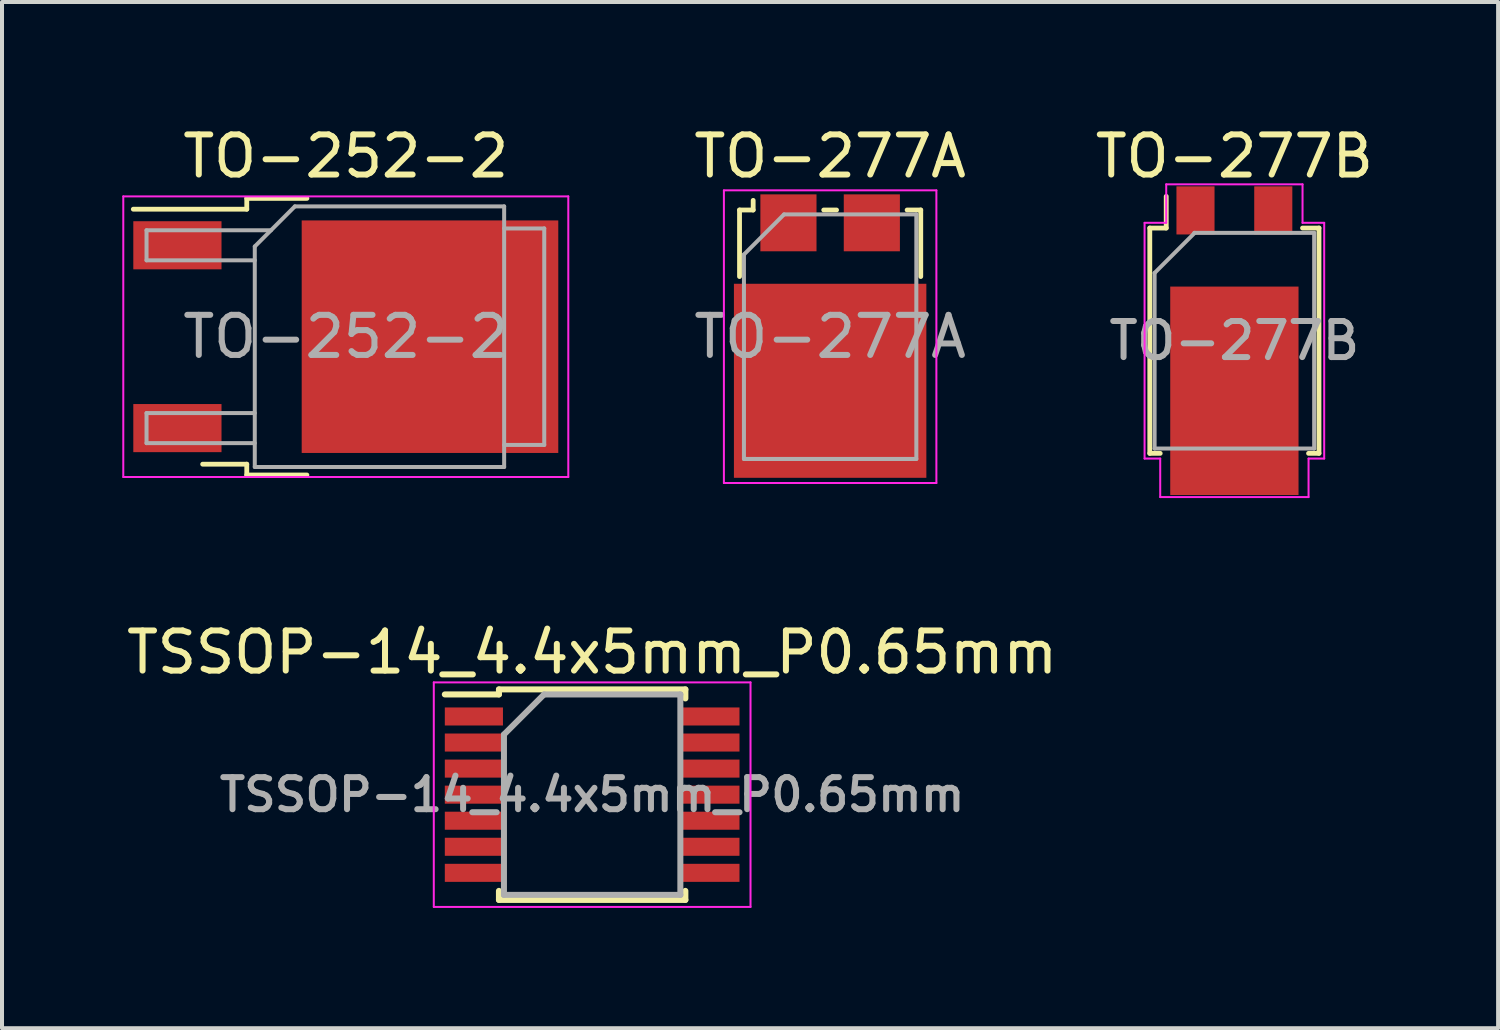
<source format=kicad_pcb>
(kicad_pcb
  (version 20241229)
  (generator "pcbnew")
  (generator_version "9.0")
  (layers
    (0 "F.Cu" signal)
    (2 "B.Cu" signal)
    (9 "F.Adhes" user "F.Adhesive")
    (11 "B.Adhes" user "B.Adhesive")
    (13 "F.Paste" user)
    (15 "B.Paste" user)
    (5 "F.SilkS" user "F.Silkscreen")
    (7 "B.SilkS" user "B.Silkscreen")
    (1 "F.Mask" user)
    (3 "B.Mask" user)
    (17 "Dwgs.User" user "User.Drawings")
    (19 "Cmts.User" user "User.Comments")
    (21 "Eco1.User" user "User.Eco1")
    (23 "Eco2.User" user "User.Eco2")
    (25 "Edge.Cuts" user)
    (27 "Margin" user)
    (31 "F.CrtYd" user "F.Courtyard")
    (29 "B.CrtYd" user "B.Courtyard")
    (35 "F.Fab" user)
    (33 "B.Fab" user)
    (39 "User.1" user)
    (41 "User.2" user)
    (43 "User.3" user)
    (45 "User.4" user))
  (footprint "TO-277B"
    (layer "F.Cu")
    (at 27.739 5.448)
    (property "Reference" "TO-277B" (at 0 -4.6 180) (layer "F.SilkS") (effects (font (size 1 1) (thickness 0.15))))
    (attr smd)
    (fp_line (start -2.11 -2.81) (end -2.11 2.81) (stroke (width 0.12) (type solid)) (layer "F.SilkS"))
    (fp_line (start -1.85 2.81) (end -2.11 2.81) (stroke (width 0.12) (type solid)) (layer "F.SilkS"))
    (fp_line (start -1.7 -2.81) (end -2.11 -2.81) (stroke (width 0.12) (type solid)) (layer "F.SilkS"))
    (fp_line (start -1.7 -2.81) (end -1.7 -3.6) (stroke (width 0.12) (type solid)) (layer "F.SilkS"))
    (fp_line (start 2.11 -2.81) (end 1.7 -2.81) (stroke (width 0.12) (type solid)) (layer "F.SilkS"))
    (fp_line (start 2.11 2.81) (end 1.85 2.81) (stroke (width 0.12) (type solid)) (layer "F.SilkS"))
    (fp_line (start 2.11 2.81) (end 2.11 -2.81) (stroke (width 0.12) (type solid)) (layer "F.SilkS"))
    (fp_line (start -2.24 -2.94) (end -2.24 2.94) (stroke (width 0.05) (type solid)) (layer "F.CrtYd"))
    (fp_line (start -2.24 -2.94) (end -1.7 -2.94) (stroke (width 0.05) (type solid)) (layer "F.CrtYd"))
    (fp_line (start -2.24 2.94) (end -1.85 2.94) (stroke (width 0.05) (type solid)) (layer "F.CrtYd"))
    (fp_line (start -1.85 3.9) (end -1.85 2.94) (stroke (width 0.05) (type solid)) (layer "F.CrtYd"))
    (fp_line (start -1.7 -3.9) (end 1.7 -3.9) (stroke (width 0.05) (type solid)) (layer "F.CrtYd"))
    (fp_line (start -1.7 -2.94) (end -1.7 -3.9) (stroke (width 0.05) (type solid)) (layer "F.CrtYd"))
    (fp_line (start 1.7 -2.94) (end 1.7 -3.9) (stroke (width 0.05) (type solid)) (layer "F.CrtYd"))
    (fp_line (start 1.7 -2.94) (end 2.24 -2.94) (stroke (width 0.05) (type solid)) (layer "F.CrtYd"))
    (fp_line (start 1.85 2.94) (end 2.24 2.94) (stroke (width 0.05) (type solid)) (layer "F.CrtYd"))
    (fp_line (start 1.85 3.9) (end -1.85 3.9) (stroke (width 0.05) (type solid)) (layer "F.CrtYd"))
    (fp_line (start 1.85 3.9) (end 1.85 2.94) (stroke (width 0.05) (type solid)) (layer "F.CrtYd"))
    (fp_line (start 2.24 2.94) (end 2.24 -2.94) (stroke (width 0.05) (type solid)) (layer "F.CrtYd"))
    (fp_line (start -1.99 -1.69) (end -1.99 2.69) (stroke (width 0.1) (type solid)) (layer "F.Fab"))
    (fp_line (start -1.99 -1.69) (end -0.99 -2.69) (stroke (width 0.1) (type solid)) (layer "F.Fab"))
    (fp_line (start -1.99 2.69) (end 1.99 2.69) (stroke (width 0.1) (type solid)) (layer "F.Fab"))
    (fp_line (start 1.99 -2.69) (end -1 -2.69) (stroke (width 0.1) (type solid)) (layer "F.Fab"))
    (fp_line (start 1.99 2.69) (end 1.99 -2.69) (stroke (width 0.1) (type solid)) (layer "F.Fab"))
    (fp_text user "${REFERENCE}" (at 0 0 0) (layer "F.Fab") (effects (font (size 0.9 0.9) (thickness 0.15))))
    (pad "" smd rect (at -0.9 -0.6) (size 1.3 1.2) (layers "F.Paste"))
    (pad "" smd rect (at -0.9 1.2) (size 1.3 1.2) (layers "F.Paste"))
    (pad "" smd rect (at -0.9 3) (size 1.3 1.2) (layers "F.Paste"))
    (pad "" smd rect (at 0.9 -0.6) (size 1.3 1.2) (layers "F.Paste"))
    (pad "" smd rect (at 0.9 1.2) (size 1.3 1.2) (layers "F.Paste"))
    (pad "" smd rect (at 0.9 3) (size 1.3 1.2) (layers "F.Paste"))
    (pad "1" smd rect (at -0.97 -3.25) (size 0.95 1.2) (layers "F.Cu" "F.Mask" "F.Paste"))
    (pad "2" smd rect (at 0.97 -3.25) (size 0.95 1.2) (layers "F.Cu" "F.Mask" "F.Paste"))
    (pad "3" smd rect (at 0 1.25) (size 3.2 5.2) (layers "F.Cu" "F.Mask")))
  (footprint "TO-252-2"
    (layer "F.Cu")
    (at 5.575 5.348)
    (property "Reference" "TO-252-2" (at 0 -4.5 0) (layer "F.SilkS") (effects (font (size 1 1) (thickness 0.15))))
    (attr smd)
    (fp_line (start -2.47 -3.45) (end -2.47 -3.18) (stroke (width 0.12) (type solid)) (layer "F.SilkS"))
    (fp_line (start -2.47 -3.18) (end -5.3 -3.18) (stroke (width 0.12) (type solid)) (layer "F.SilkS"))
    (fp_line (start -2.47 3.18) (end -3.57 3.18) (stroke (width 0.12) (type solid)) (layer "F.SilkS"))
    (fp_line (start -2.47 3.45) (end -2.47 3.18) (stroke (width 0.12) (type solid)) (layer "F.SilkS"))
    (fp_line (start -0.97 -3.45) (end -2.47 -3.45) (stroke (width 0.12) (type solid)) (layer "F.SilkS"))
    (fp_line (start -0.97 3.45) (end -2.47 3.45) (stroke (width 0.12) (type solid)) (layer "F.SilkS"))
    (fp_line (start -5.55 -3.5) (end -5.55 3.5) (stroke (width 0.05) (type solid)) (layer "F.CrtYd"))
    (fp_line (start -5.55 3.5) (end 5.55 3.5) (stroke (width 0.05) (type solid)) (layer "F.CrtYd"))
    (fp_line (start 5.55 -3.5) (end -5.55 -3.5) (stroke (width 0.05) (type solid)) (layer "F.CrtYd"))
    (fp_line (start 5.55 3.5) (end 5.55 -3.5) (stroke (width 0.05) (type solid)) (layer "F.CrtYd"))
    (fp_line (start -4.97 -2.655) (end -4.97 -1.905) (stroke (width 0.1) (type solid)) (layer "F.Fab"))
    (fp_line (start -4.97 -1.905) (end -2.27 -1.905) (stroke (width 0.1) (type solid)) (layer "F.Fab"))
    (fp_line (start -4.97 1.905) (end -4.97 2.655) (stroke (width 0.1) (type solid)) (layer "F.Fab"))
    (fp_line (start -4.97 2.655) (end -2.27 2.655) (stroke (width 0.1) (type solid)) (layer "F.Fab"))
    (fp_line (start -2.27 -2.25) (end -1.27 -3.25) (stroke (width 0.1) (type solid)) (layer "F.Fab"))
    (fp_line (start -2.27 1.905) (end -4.97 1.905) (stroke (width 0.1) (type solid)) (layer "F.Fab"))
    (fp_line (start -2.27 3.25) (end -2.27 -2.25) (stroke (width 0.1) (type solid)) (layer "F.Fab"))
    (fp_line (start -1.865 -2.655) (end -4.97 -2.655) (stroke (width 0.1) (type solid)) (layer "F.Fab"))
    (fp_line (start -1.27 -3.25) (end 3.95 -3.25) (stroke (width 0.1) (type solid)) (layer "F.Fab"))
    (fp_line (start 3.95 -3.25) (end 3.95 3.25) (stroke (width 0.1) (type solid)) (layer "F.Fab"))
    (fp_line (start 3.95 -2.7) (end 4.95 -2.7) (stroke (width 0.1) (type solid)) (layer "F.Fab"))
    (fp_line (start 3.95 3.25) (end -2.27 3.25) (stroke (width 0.1) (type solid)) (layer "F.Fab"))
    (fp_line (start 4.95 -2.7) (end 4.95 2.7) (stroke (width 0.1) (type solid)) (layer "F.Fab"))
    (fp_line (start 4.95 2.7) (end 3.95 2.7) (stroke (width 0.1) (type solid)) (layer "F.Fab"))
    (fp_text user "${REFERENCE}" (at 0 0 0) (layer "F.Fab") (effects (font (size 1 1) (thickness 0.15))))
    (pad "" smd rect (at 0.425 -1.525) (size 3.05 2.75) (layers "F.Paste"))
    (pad "" smd rect (at 0.425 1.525) (size 3.05 2.75) (layers "F.Paste"))
    (pad "" smd rect (at 3.775 -1.525) (size 3.05 2.75) (layers "F.Paste"))
    (pad "" smd rect (at 3.775 1.525) (size 3.05 2.75) (layers "F.Paste"))
    (pad "1" smd rect (at -4.2 -2.28) (size 2.2 1.2) (layers "F.Cu" "F.Mask" "F.Paste"))
    (pad "2" smd rect (at 2.1 0) (size 6.4 5.8) (layers "F.Cu" "F.Mask"))
    (pad "3" smd rect (at -4.2 2.28) (size 2.2 1.2) (layers "F.Cu" "F.Mask" "F.Paste")))
  (footprint "TSSOP-14_4.4x5mm_P0.65mm"
    (layer "F.Cu")
    (at 11.72 16.771)
    (property "Reference" "TSSOP-14_4.4x5mm_P0.65mm" (at 0 -3.55 0) (layer "F.SilkS") (effects (font (size 1 1) (thickness 0.15))))
    (attr smd)
    (fp_line (start -2.325 -2.625) (end -2.325 -2.5) (stroke (width 0.15) (type solid)) (layer "F.SilkS"))
    (fp_line (start -2.325 -2.625) (end 2.325 -2.625) (stroke (width 0.15) (type solid)) (layer "F.SilkS"))
    (fp_line (start -2.325 -2.5) (end -3.675 -2.5) (stroke (width 0.15) (type solid)) (layer "F.SilkS"))
    (fp_line (start -2.325 2.625) (end -2.325 2.4) (stroke (width 0.15) (type solid)) (layer "F.SilkS"))
    (fp_line (start -2.325 2.625) (end 2.325 2.625) (stroke (width 0.15) (type solid)) (layer "F.SilkS"))
    (fp_line (start 2.325 -2.625) (end 2.325 -2.4) (stroke (width 0.15) (type solid)) (layer "F.SilkS"))
    (fp_line (start 2.325 2.625) (end 2.325 2.4) (stroke (width 0.15) (type solid)) (layer "F.SilkS"))
    (fp_line (start -3.95 -2.8) (end -3.95 2.8) (stroke (width 0.05) (type solid)) (layer "F.CrtYd"))
    (fp_line (start -3.95 -2.8) (end 3.95 -2.8) (stroke (width 0.05) (type solid)) (layer "F.CrtYd"))
    (fp_line (start -3.95 2.8) (end 3.95 2.8) (stroke (width 0.05) (type solid)) (layer "F.CrtYd"))
    (fp_line (start 3.95 -2.8) (end 3.95 2.8) (stroke (width 0.05) (type solid)) (layer "F.CrtYd"))
    (fp_line (start -2.2 -1.5) (end -1.2 -2.5) (stroke (width 0.15) (type solid)) (layer "F.Fab"))
    (fp_line (start -2.2 2.5) (end -2.2 -1.5) (stroke (width 0.15) (type solid)) (layer "F.Fab"))
    (fp_line (start -1.2 -2.5) (end 2.2 -2.5) (stroke (width 0.15) (type solid)) (layer "F.Fab"))
    (fp_line (start 2.2 -2.5) (end 2.2 2.5) (stroke (width 0.15) (type solid)) (layer "F.Fab"))
    (fp_line (start 2.2 2.5) (end -2.2 2.5) (stroke (width 0.15) (type solid)) (layer "F.Fab"))
    (fp_text user "${REFERENCE}" (at 0 0 0) (layer "F.Fab") (effects (font (size 0.8 0.8) (thickness 0.15))))
    (pad "1" smd rect (at -2.95 -1.95) (size 1.45 0.45) (layers "F.Cu" "F.Mask" "F.Paste"))
    (pad "2" smd rect (at -2.95 -1.3) (size 1.45 0.45) (layers "F.Cu" "F.Mask" "F.Paste"))
    (pad "3" smd rect (at -2.95 -0.65) (size 1.45 0.45) (layers "F.Cu" "F.Mask" "F.Paste"))
    (pad "4" smd rect (at -2.95 0) (size 1.45 0.45) (layers "F.Cu" "F.Mask" "F.Paste"))
    (pad "5" smd rect (at -2.95 0.65) (size 1.45 0.45) (layers "F.Cu" "F.Mask" "F.Paste"))
    (pad "6" smd rect (at -2.95 1.3) (size 1.45 0.45) (layers "F.Cu" "F.Mask" "F.Paste"))
    (pad "7" smd rect (at -2.95 1.95) (size 1.45 0.45) (layers "F.Cu" "F.Mask" "F.Paste"))
    (pad "8" smd rect (at 2.95 1.95) (size 1.45 0.45) (layers "F.Cu" "F.Mask" "F.Paste"))
    (pad "9" smd rect (at 2.95 1.3) (size 1.45 0.45) (layers "F.Cu" "F.Mask" "F.Paste"))
    (pad "10" smd rect (at 2.95 0.65) (size 1.45 0.45) (layers "F.Cu" "F.Mask" "F.Paste"))
    (pad "11" smd rect (at 2.95 0) (size 1.45 0.45) (layers "F.Cu" "F.Mask" "F.Paste"))
    (pad "12" smd rect (at 2.95 -0.65) (size 1.45 0.45) (layers "F.Cu" "F.Mask" "F.Paste"))
    (pad "13" smd rect (at 2.95 -1.3) (size 1.45 0.45) (layers "F.Cu" "F.Mask" "F.Paste"))
    (pad "14" smd rect (at 2.95 -1.95) (size 1.45 0.45) (layers "F.Cu" "F.Mask" "F.Paste")))
  (footprint "TO-277A"
    (layer "F.Cu")
    (at 17.656 5.348)
    (property "Reference" "TO-277A" (at 0 -4.5 180) (layer "F.SilkS") (effects (font (size 1 1) (thickness 0.15))))
    (attr smd)
    (fp_line (start -2.26 -3.16) (end -2.26 -1.5) (stroke (width 0.12) (type solid)) (layer "F.SilkS"))
    (fp_line (start -1.92 -3.4) (end -1.92 -3.16) (stroke (width 0.12) (type solid)) (layer "F.SilkS"))
    (fp_line (start -1.92 -3.16) (end -2.26 -3.16) (stroke (width 0.12) (type solid)) (layer "F.SilkS"))
    (fp_line (start -0.16 -3.16) (end 0.16 -3.16) (stroke (width 0.12) (type solid)) (layer "F.SilkS"))
    (fp_line (start 2.26 -3.16) (end 1.92 -3.16) (stroke (width 0.12) (type solid)) (layer "F.SilkS"))
    (fp_line (start 2.26 -1.5) (end 2.26 -3.16) (stroke (width 0.12) (type solid)) (layer "F.SilkS"))
    (fp_line (start -2.65 -3.65) (end -2.65 3.65) (stroke (width 0.05) (type solid)) (layer "F.CrtYd"))
    (fp_line (start -2.65 -3.65) (end 2.65 -3.65) (stroke (width 0.05) (type solid)) (layer "F.CrtYd"))
    (fp_line (start 2.65 3.65) (end -2.65 3.65) (stroke (width 0.05) (type solid)) (layer "F.CrtYd"))
    (fp_line (start 2.65 3.65) (end 2.65 -3.65) (stroke (width 0.05) (type solid)) (layer "F.CrtYd"))
    (fp_line (start -2.15 -2.05) (end -2.15 3.05) (stroke (width 0.1) (type solid)) (layer "F.Fab"))
    (fp_line (start -2.15 3.05) (end 2.15 3.05) (stroke (width 0.1) (type solid)) (layer "F.Fab"))
    (fp_line (start -1.15 -3.05) (end -2.15 -2.05) (stroke (width 0.1) (type solid)) (layer "F.Fab"))
    (fp_line (start 2.15 -3.05) (end -1.15 -3.05) (stroke (width 0.1) (type solid)) (layer "F.Fab"))
    (fp_line (start 2.15 3.05) (end 2.15 -3.05) (stroke (width 0.1) (type solid)) (layer "F.Fab"))
    (fp_text user "${REFERENCE}" (at 0 0 0) (layer "F.Fab") (effects (font (size 1 1) (thickness 0.15))))
    (pad "" smd rect (at -1.7 -0.65 180) (size 1.25 1.2) (layers "F.Paste"))
    (pad "" smd rect (at -1.7 1.04) (size 1.25 1.2) (layers "F.Paste"))
    (pad "" smd rect (at -1.7 2.7) (size 1.25 1.2) (layers "F.Paste"))
    (pad "" smd rect (at 0 -0.65) (size 1.25 1.2) (layers "F.Paste"))
    (pad "" smd rect (at 0 1.04) (size 1.25 1.2) (layers "F.Paste"))
    (pad "" smd rect (at 0 2.7) (size 1.25 1.2) (layers "F.Paste"))
    (pad "" smd rect (at 1.7 -0.65) (size 1.25 1.2) (layers "F.Paste"))
    (pad "" smd rect (at 1.7 1.04) (size 1.25 1.2) (layers "F.Paste"))
    (pad "" smd rect (at 1.7 2.7) (size 1.25 1.2) (layers "F.Paste"))
    (pad "1" smd rect (at -1.04 -2.84) (size 1.4 1.42) (layers "F.Cu" "F.Mask" "F.Paste"))
    (pad "2" smd rect (at 1.04 -2.84) (size 1.4 1.42) (layers "F.Cu" "F.Mask" "F.Paste"))
    (pad "3" smd rect (at 0 1.1) (size 4.8 4.84) (layers "F.Cu" "F.Mask")))
  (gr_rect
    (start -3 -3)
    (end 34.317 22.596)
    (stroke (width 0.1) (type default))
    (fill no)
    (layer "Edge.Cuts")))
</source>
